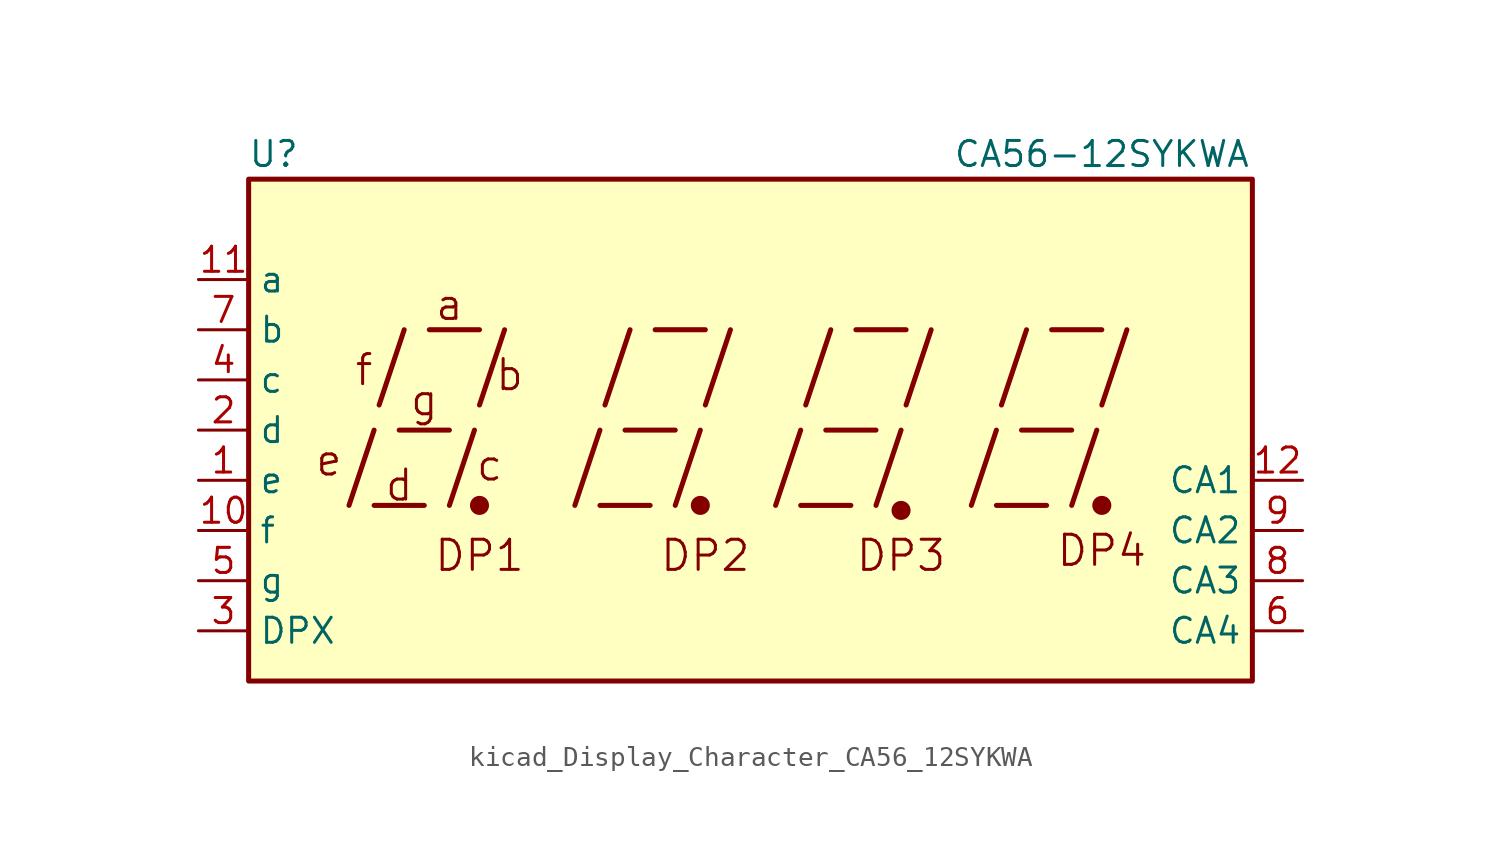
<source format=kicad_sym>
(kicad_symbol_lib
  (version 20220914)
  (generator kicad_symbol_editor)
  (symbol "kicad_Display_Character_CA56_12SYKWA"
    (property "Reference" "U"
      (at -24.13 13.97 0)
      (effects (font (size 1.27 1.27))))
    (property "Value" "CA56-12SYKWA"
      (at 17.78 13.97 0)
      (effects (font (size 1.27 1.27))))
    (symbol "kicad_Display_Character_CA56_12SYKWA_0_0"
      (rectangle (start -25.4 12.7) (end 25.4 -12.7) (stroke (width 0.254) (type default)) (fill (type background)))
      (polyline (pts (xy -20.32 -3.81) (xy -19.05 0)) (stroke (width 0.254) (type default)) (fill (type none)))
      (polyline (pts (xy -19.05 -3.81) (xy -16.51 -3.81)) (stroke (width 0.254) (type default)) (fill (type none)))
      (polyline (pts (xy -18.796 1.27) (xy -17.526 5.08)) (stroke (width 0.254) (type default)) (fill (type none)))
      (polyline (pts (xy -17.78 0) (xy -15.24 0)) (stroke (width 0.254) (type default)) (fill (type none)))
      (polyline (pts (xy -16.256 5.08) (xy -13.716 5.08)) (stroke (width 0.254) (type default)) (fill (type none)))
      (polyline (pts (xy -15.24 -3.81) (xy -13.97 0)) (stroke (width 0.254) (type default)) (fill (type none)))
      (polyline (pts (xy -13.716 1.27) (xy -12.446 5.08)) (stroke (width 0.254) (type default)) (fill (type none)))
      (polyline (pts (xy -8.89 -3.81) (xy -7.62 0)) (stroke (width 0.254) (type default)) (fill (type none)))
      (polyline (pts (xy -7.62 -3.81) (xy -5.08 -3.81)) (stroke (width 0.254) (type default)) (fill (type none)))
      (polyline (pts (xy -7.366 1.27) (xy -6.096 5.08)) (stroke (width 0.254) (type default)) (fill (type none)))
      (polyline (pts (xy -6.35 0) (xy -3.81 0)) (stroke (width 0.254) (type default)) (fill (type none)))
      (polyline (pts (xy -4.826 5.08) (xy -2.286 5.08)) (stroke (width 0.254) (type default)) (fill (type none)))
      (polyline (pts (xy -3.81 -3.81) (xy -2.54 0)) (stroke (width 0.254) (type default)) (fill (type none)))
      (polyline (pts (xy -2.286 1.27) (xy -1.016 5.08)) (stroke (width 0.254) (type default)) (fill (type none)))
      (polyline (pts (xy 1.27 -3.81) (xy 2.54 0)) (stroke (width 0.254) (type default)) (fill (type none)))
      (polyline (pts (xy 2.54 -3.81) (xy 5.08 -3.81)) (stroke (width 0.254) (type default)) (fill (type none)))
      (polyline (pts (xy 2.794 1.27) (xy 4.064 5.08)) (stroke (width 0.254) (type default)) (fill (type none)))
      (polyline (pts (xy 3.81 0) (xy 6.35 0)) (stroke (width 0.254) (type default)) (fill (type none)))
      (polyline (pts (xy 5.334 5.08) (xy 7.874 5.08)) (stroke (width 0.254) (type default)) (fill (type none)))
      (polyline (pts (xy 6.35 -3.81) (xy 7.62 0)) (stroke (width 0.254) (type default)) (fill (type none)))
      (polyline (pts (xy 7.874 1.27) (xy 9.144 5.08)) (stroke (width 0.254) (type default)) (fill (type none)))
      (polyline (pts (xy 11.176 -3.81) (xy 12.446 0)) (stroke (width 0.254) (type default)) (fill (type none)))
      (polyline (pts (xy 12.446 -3.81) (xy 14.986 -3.81)) (stroke (width 0.254) (type default)) (fill (type none)))
      (polyline (pts (xy 12.7 1.27) (xy 13.97 5.08)) (stroke (width 0.254) (type default)) (fill (type none)))
      (polyline (pts (xy 13.716 0) (xy 16.256 0)) (stroke (width 0.254) (type default)) (fill (type none)))
      (polyline (pts (xy 15.24 5.08) (xy 17.78 5.08)) (stroke (width 0.254) (type default)) (fill (type none)))
      (polyline (pts (xy 16.256 -3.81) (xy 17.526 0)) (stroke (width 0.254) (type default)) (fill (type none)))
      (polyline (pts (xy 17.78 1.27) (xy 19.05 5.08)) (stroke (width 0.254) (type default)) (fill (type none)))
      (text "a" (at -15.24 6.35 0) (effects (font (size 1.524 1.524))))
      (text "b" (at -12.192 2.794 0) (effects (font (size 1.524 1.524))))
      (text "c" (at -13.208 -1.778 0) (effects (font (size 1.524 1.524))))
      (text "d" (at -17.78 -2.794 0) (effects (font (size 1.524 1.524))))
      (text "DP1" (at -13.716 -6.35 0) (effects (font (size 1.524 1.524))))
      (text "DP2" (at -2.286 -6.35 0) (effects (font (size 1.524 1.524))))
      (text "DP3" (at 7.62 -6.35 0) (effects (font (size 1.524 1.524))))
      (text "DP4" (at 17.78 -6.096 0) (effects (font (size 1.524 1.524))))
      (text "e" (at -21.336 -1.524 0) (effects (font (size 1.524 1.524))))
      (text "f" (at -19.558 3.048 0) (effects (font (size 1.524 1.524))))
      (text "g" (at -16.51 1.524 0) (effects (font (size 1.524 1.524)))))
    (symbol "kicad_Display_Character_CA56_12SYKWA_0_1"
      (circle (center -13.716 -3.81) (radius 0.356) (stroke (width 0.254) (type default)) (fill (type outline)))
      (circle (center -2.54 -3.81) (radius 0.356) (stroke (width 0.254) (type default)) (fill (type outline))))
    (symbol "kicad_Display_Character_CA56_12SYKWA_1_0"
      (circle (center 7.62 -4.064) (radius 0.356) (stroke (width 0.254) (type default)) (fill (type outline)))
      (circle (center 17.78 -3.81) (radius 0.356) (stroke (width 0.254) (type default)) (fill (type outline))))
    (symbol "kicad_Display_Character_CA56_12SYKWA_1_1"
      (pin input line (at -27.94 -2.54 0) (length 2.54) (name "e" (effects (font (size 1.27 1.27)))) (number "1" (effects (font (size 1.27 1.27)))))
      (pin input line (at -27.94 -5.08 0) (length 2.54) (name "f" (effects (font (size 1.27 1.27)))) (number "10" (effects (font (size 1.27 1.27)))))
      (pin input line (at -27.94 7.62 0) (length 2.54) (name "a" (effects (font (size 1.27 1.27)))) (number "11" (effects (font (size 1.27 1.27)))))
      (pin input line (at 27.94 -2.54 180) (length 2.54) (name "CA1" (effects (font (size 1.27 1.27)))) (number "12" (effects (font (size 1.27 1.27)))))
      (pin input line (at -27.94 0 0) (length 2.54) (name "d" (effects (font (size 1.27 1.27)))) (number "2" (effects (font (size 1.27 1.27)))))
      (pin input line (at -27.94 -10.16 0) (length 2.54) (name "DPX" (effects (font (size 1.27 1.27)))) (number "3" (effects (font (size 1.27 1.27)))))
      (pin input line (at -27.94 2.54 0) (length 2.54) (name "c" (effects (font (size 1.27 1.27)))) (number "4" (effects (font (size 1.27 1.27)))))
      (pin input line (at -27.94 -7.62 0) (length 2.54) (name "g" (effects (font (size 1.27 1.27)))) (number "5" (effects (font (size 1.27 1.27)))))
      (pin input line (at 27.94 -10.16 180) (length 2.54) (name "CA4" (effects (font (size 1.27 1.27)))) (number "6" (effects (font (size 1.27 1.27)))))
      (pin input line (at -27.94 5.08 0) (length 2.54) (name "b" (effects (font (size 1.27 1.27)))) (number "7" (effects (font (size 1.27 1.27)))))
      (pin input line (at 27.94 -7.62 180) (length 2.54) (name "CA3" (effects (font (size 1.27 1.27)))) (number "8" (effects (font (size 1.27 1.27)))))
      (pin input line (at 27.94 -5.08 180) (length 2.54) (name "CA2" (effects (font (size 1.27 1.27)))) (number "9" (effects (font (size 1.27 1.27))))))))
</source>
